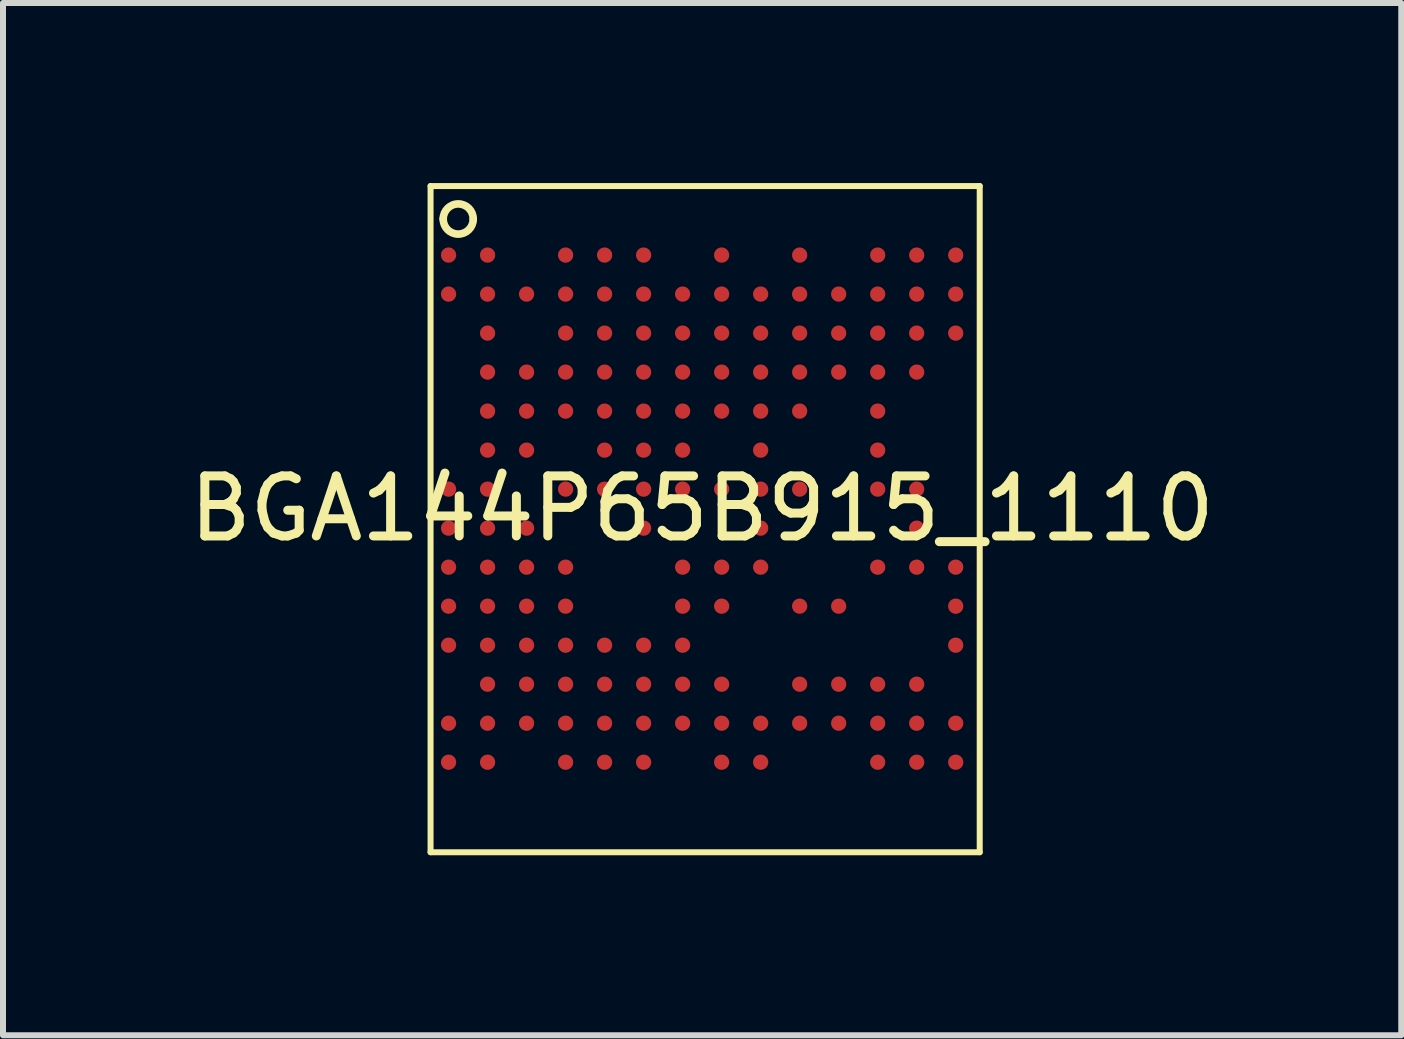
<source format=kicad_pcb>
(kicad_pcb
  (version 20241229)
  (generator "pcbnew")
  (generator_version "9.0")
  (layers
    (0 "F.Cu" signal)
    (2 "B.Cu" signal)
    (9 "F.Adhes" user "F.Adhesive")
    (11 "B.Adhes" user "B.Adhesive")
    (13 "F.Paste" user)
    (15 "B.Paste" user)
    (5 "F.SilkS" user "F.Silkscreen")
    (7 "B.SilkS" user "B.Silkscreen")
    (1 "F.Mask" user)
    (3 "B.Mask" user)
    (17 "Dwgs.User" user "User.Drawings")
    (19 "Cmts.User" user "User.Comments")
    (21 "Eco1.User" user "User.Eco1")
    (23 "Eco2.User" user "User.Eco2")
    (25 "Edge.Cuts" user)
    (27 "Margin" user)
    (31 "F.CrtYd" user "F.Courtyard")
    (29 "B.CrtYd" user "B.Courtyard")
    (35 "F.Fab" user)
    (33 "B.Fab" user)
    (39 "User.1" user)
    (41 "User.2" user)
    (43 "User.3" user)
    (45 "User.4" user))
  (footprint "BGA144P65B915_1110"
    (layer "F.Cu")
    (at 8.649 5.425)
    (property "Reference" "BGA144P65B915_1110" (at 0 0 0) (layer "F.SilkS") (effects (font (size 1 1) (thickness 0.15))))
    (fp_line (start -4.525 -5.375) (end -4.525 5.725) (stroke (width 0.1) (type default)) (layer "F.SilkS"))
    (fp_line (start -4.525 5.725) (end 4.625 5.725) (stroke (width 0.1) (type default)) (layer "F.SilkS"))
    (fp_line (start 4.625 -5.375) (end -4.525 -5.375) (stroke (width 0.1) (type default)) (layer "F.SilkS"))
    (fp_line (start 4.625 5.725) (end 4.625 -5.375) (stroke (width 0.1) (type default)) (layer "F.SilkS"))
    (fp_arc (start -4.314 -4.828) (mid -4.06325 -5.076007) (end -3.814 -4.8265) (stroke (width 0.127) (type default)) (layer "F.SilkS"))
    (fp_arc (start -3.814 -4.821) (mid -4.0675 -4.575975) (end -4.314 -4.828) (stroke (width 0.127) (type default)) (layer "F.SilkS"))
    (fp_line (start -4.525 -5.375) (end 4.625 -5.375) (stroke (width 0.025) (type default)) (layer "Eco2.User"))
    (fp_line (start -4.525 5.725) (end -4.525 -5.375) (stroke (width 0.025) (type default)) (layer "Eco2.User"))
    (fp_line (start 4.625 -5.375) (end 4.625 5.725) (stroke (width 0.025) (type default)) (layer "Eco2.User"))
    (fp_line (start 4.625 5.725) (end -4.525 5.725) (stroke (width 0.025) (type default)) (layer "Eco2.User"))
    (pad "A1" smd circle (at -4.225 -4.225) (size 0.254 0.254) (layers "F.Cu" "F.Mask" "F.Paste"))
    (pad "A2" smd circle (at -3.575 -4.225) (size 0.254 0.254) (layers "F.Cu" "F.Mask" "F.Paste"))
    (pad "A4" smd circle (at -2.275 -4.225) (size 0.254 0.254) (layers "F.Cu" "F.Mask" "F.Paste"))
    (pad "A5" smd circle (at -1.625 -4.225) (size 0.254 0.254) (layers "F.Cu" "F.Mask" "F.Paste"))
    (pad "A6" smd circle (at -0.975 -4.225) (size 0.254 0.254) (layers "F.Cu" "F.Mask" "F.Paste"))
    (pad "A8" smd circle (at 0.325 -4.225) (size 0.254 0.254) (layers "F.Cu" "F.Mask" "F.Paste"))
    (pad "A10" smd circle (at 1.625 -4.225) (size 0.254 0.254) (layers "F.Cu" "F.Mask" "F.Paste"))
    (pad "A12" smd circle (at 2.925 -4.225) (size 0.254 0.254) (layers "F.Cu" "F.Mask" "F.Paste"))
    (pad "A13" smd circle (at 3.575 -4.225) (size 0.254 0.254) (layers "F.Cu" "F.Mask" "F.Paste"))
    (pad "A14" smd circle (at 4.225 -4.225) (size 0.254 0.254) (layers "F.Cu" "F.Mask" "F.Paste"))
    (pad "B1" smd circle (at -4.225 -3.575) (size 0.254 0.254) (layers "F.Cu" "F.Mask" "F.Paste"))
    (pad "B2" smd circle (at -3.575 -3.575) (size 0.254 0.254) (layers "F.Cu" "F.Mask" "F.Paste"))
    (pad "B3" smd circle (at -2.925 -3.575) (size 0.254 0.254) (layers "F.Cu" "F.Mask" "F.Paste"))
    (pad "B4" smd circle (at -2.275 -3.575) (size 0.254 0.254) (layers "F.Cu" "F.Mask" "F.Paste"))
    (pad "B5" smd circle (at -1.625 -3.575) (size 0.254 0.254) (layers "F.Cu" "F.Mask" "F.Paste"))
    (pad "B6" smd circle (at -0.975 -3.575) (size 0.254 0.254) (layers "F.Cu" "F.Mask" "F.Paste"))
    (pad "B7" smd circle (at -0.325 -3.575) (size 0.254 0.254) (layers "F.Cu" "F.Mask" "F.Paste"))
    (pad "B8" smd circle (at 0.325 -3.575) (size 0.254 0.254) (layers "F.Cu" "F.Mask" "F.Paste"))
    (pad "B9" smd circle (at 0.975 -3.575) (size 0.254 0.254) (layers "F.Cu" "F.Mask" "F.Paste"))
    (pad "B10" smd circle (at 1.625 -3.575) (size 0.254 0.254) (layers "F.Cu" "F.Mask" "F.Paste"))
    (pad "B11" smd circle (at 2.275 -3.575) (size 0.254 0.254) (layers "F.Cu" "F.Mask" "F.Paste"))
    (pad "B12" smd circle (at 2.925 -3.575) (size 0.254 0.254) (layers "F.Cu" "F.Mask" "F.Paste"))
    (pad "B13" smd circle (at 3.575 -3.575) (size 0.254 0.254) (layers "F.Cu" "F.Mask" "F.Paste"))
    (pad "B14" smd circle (at 4.225 -3.575) (size 0.254 0.254) (layers "F.Cu" "F.Mask" "F.Paste"))
    (pad "C2" smd circle (at -3.575 -2.925) (size 0.254 0.254) (layers "F.Cu" "F.Mask" "F.Paste"))
    (pad "C4" smd circle (at -2.275 -2.925) (size 0.254 0.254) (layers "F.Cu" "F.Mask" "F.Paste"))
    (pad "C5" smd circle (at -1.625 -2.925) (size 0.254 0.254) (layers "F.Cu" "F.Mask" "F.Paste"))
    (pad "C6" smd circle (at -0.975 -2.925) (size 0.254 0.254) (layers "F.Cu" "F.Mask" "F.Paste"))
    (pad "C7" smd circle (at -0.325 -2.925) (size 0.254 0.254) (layers "F.Cu" "F.Mask" "F.Paste"))
    (pad "C8" smd circle (at 0.325 -2.925) (size 0.254 0.254) (layers "F.Cu" "F.Mask" "F.Paste"))
    (pad "C9" smd circle (at 0.975 -2.925) (size 0.254 0.254) (layers "F.Cu" "F.Mask" "F.Paste"))
    (pad "C10" smd circle (at 1.625 -2.925) (size 0.254 0.254) (layers "F.Cu" "F.Mask" "F.Paste"))
    (pad "C11" smd circle (at 2.275 -2.925) (size 0.254 0.254) (layers "F.Cu" "F.Mask" "F.Paste"))
    (pad "C12" smd circle (at 2.925 -2.925) (size 0.254 0.254) (layers "F.Cu" "F.Mask" "F.Paste"))
    (pad "C13" smd circle (at 3.575 -2.925) (size 0.254 0.254) (layers "F.Cu" "F.Mask" "F.Paste"))
    (pad "C14" smd circle (at 4.225 -2.925) (size 0.254 0.254) (layers "F.Cu" "F.Mask" "F.Paste"))
    (pad "D2" smd circle (at -3.575 -2.275) (size 0.254 0.254) (layers "F.Cu" "F.Mask" "F.Paste"))
    (pad "D3" smd circle (at -2.925 -2.275) (size 0.254 0.254) (layers "F.Cu" "F.Mask" "F.Paste"))
    (pad "D4" smd circle (at -2.275 -2.275) (size 0.254 0.254) (layers "F.Cu" "F.Mask" "F.Paste"))
    (pad "D5" smd circle (at -1.625 -2.275) (size 0.254 0.254) (layers "F.Cu" "F.Mask" "F.Paste"))
    (pad "D6" smd circle (at -0.975 -2.275) (size 0.254 0.254) (layers "F.Cu" "F.Mask" "F.Paste"))
    (pad "D7" smd circle (at -0.325 -2.275) (size 0.254 0.254) (layers "F.Cu" "F.Mask" "F.Paste"))
    (pad "D8" smd circle (at 0.325 -2.275) (size 0.254 0.254) (layers "F.Cu" "F.Mask" "F.Paste"))
    (pad "D9" smd circle (at 0.975 -2.275) (size 0.254 0.254) (layers "F.Cu" "F.Mask" "F.Paste"))
    (pad "D10" smd circle (at 1.625 -2.275) (size 0.254 0.254) (layers "F.Cu" "F.Mask" "F.Paste"))
    (pad "D11" smd circle (at 2.275 -2.275) (size 0.254 0.254) (layers "F.Cu" "F.Mask" "F.Paste"))
    (pad "D12" smd circle (at 2.925 -2.275) (size 0.254 0.254) (layers "F.Cu" "F.Mask" "F.Paste"))
    (pad "D13" smd circle (at 3.575 -2.275) (size 0.254 0.254) (layers "F.Cu" "F.Mask" "F.Paste"))
    (pad "E2" smd circle (at -3.575 -1.625) (size 0.254 0.254) (layers "F.Cu" "F.Mask" "F.Paste"))
    (pad "E3" smd circle (at -2.925 -1.625) (size 0.254 0.254) (layers "F.Cu" "F.Mask" "F.Paste"))
    (pad "E4" smd circle (at -2.275 -1.625) (size 0.254 0.254) (layers "F.Cu" "F.Mask" "F.Paste"))
    (pad "E5" smd circle (at -1.625 -1.625) (size 0.254 0.254) (layers "F.Cu" "F.Mask" "F.Paste"))
    (pad "E6" smd circle (at -0.975 -1.625) (size 0.254 0.254) (layers "F.Cu" "F.Mask" "F.Paste"))
    (pad "E7" smd circle (at -0.325 -1.625) (size 0.254 0.254) (layers "F.Cu" "F.Mask" "F.Paste"))
    (pad "E8" smd circle (at 0.325 -1.625) (size 0.254 0.254) (layers "F.Cu" "F.Mask" "F.Paste"))
    (pad "E9" smd circle (at 0.975 -1.625) (size 0.254 0.254) (layers "F.Cu" "F.Mask" "F.Paste"))
    (pad "E10" smd circle (at 1.625 -1.625) (size 0.254 0.254) (layers "F.Cu" "F.Mask" "F.Paste"))
    (pad "E12" smd circle (at 2.925 -1.625) (size 0.254 0.254) (layers "F.Cu" "F.Mask" "F.Paste"))
    (pad "F2" smd circle (at -3.575 -0.975) (size 0.254 0.254) (layers "F.Cu" "F.Mask" "F.Paste"))
    (pad "F3" smd circle (at -2.925 -0.975) (size 0.254 0.254) (layers "F.Cu" "F.Mask" "F.Paste"))
    (pad "F5" smd circle (at -1.625 -0.975) (size 0.254 0.254) (layers "F.Cu" "F.Mask" "F.Paste"))
    (pad "F6" smd circle (at -0.975 -0.975) (size 0.254 0.254) (layers "F.Cu" "F.Mask" "F.Paste"))
    (pad "F7" smd circle (at -0.325 -0.975) (size 0.254 0.254) (layers "F.Cu" "F.Mask" "F.Paste"))
    (pad "F9" smd circle (at 0.975 -0.975) (size 0.254 0.254) (layers "F.Cu" "F.Mask" "F.Paste"))
    (pad "F12" smd circle (at 2.925 -0.975) (size 0.254 0.254) (layers "F.Cu" "F.Mask" "F.Paste"))
    (pad "G1" smd circle (at -4.225 -0.325) (size 0.254 0.254) (layers "F.Cu" "F.Mask" "F.Paste"))
    (pad "G2" smd circle (at -3.575 -0.325) (size 0.254 0.254) (layers "F.Cu" "F.Mask" "F.Paste"))
    (pad "G4" smd circle (at -2.275 -0.325) (size 0.254 0.254) (layers "F.Cu" "F.Mask" "F.Paste"))
    (pad "G5" smd circle (at -1.625 -0.325) (size 0.254 0.254) (layers "F.Cu" "F.Mask" "F.Paste"))
    (pad "G6" smd circle (at -0.975 -0.325) (size 0.254 0.254) (layers "F.Cu" "F.Mask" "F.Paste"))
    (pad "G7" smd circle (at -0.325 -0.325) (size 0.254 0.254) (layers "F.Cu" "F.Mask" "F.Paste"))
    (pad "G8" smd circle (at 0.325 -0.325) (size 0.254 0.254) (layers "F.Cu" "F.Mask" "F.Paste"))
    (pad "G9" smd circle (at 0.975 -0.325) (size 0.254 0.254) (layers "F.Cu" "F.Mask" "F.Paste"))
    (pad "G10" smd circle (at 1.625 -0.325) (size 0.254 0.254) (layers "F.Cu" "F.Mask" "F.Paste"))
    (pad "G12" smd circle (at 2.925 -0.325) (size 0.254 0.254) (layers "F.Cu" "F.Mask" "F.Paste"))
    (pad "G13" smd circle (at 3.575 -0.325) (size 0.254 0.254) (layers "F.Cu" "F.Mask" "F.Paste"))
    (pad "H1" smd circle (at -4.225 0.325) (size 0.254 0.254) (layers "F.Cu" "F.Mask" "F.Paste"))
    (pad "H2" smd circle (at -3.575 0.325) (size 0.254 0.254) (layers "F.Cu" "F.Mask" "F.Paste"))
    (pad "H3" smd circle (at -2.925 0.325) (size 0.254 0.254) (layers "F.Cu" "F.Mask" "F.Paste"))
    (pad "H6" smd circle (at -0.975 0.325) (size 0.254 0.254) (layers "F.Cu" "F.Mask" "F.Paste"))
    (pad "H9" smd circle (at 0.975 0.325) (size 0.254 0.254) (layers "F.Cu" "F.Mask" "F.Paste"))
    (pad "H13" smd circle (at 3.575 0.325) (size 0.254 0.254) (layers "F.Cu" "F.Mask" "F.Paste"))
    (pad "J1" smd circle (at -4.225 0.975) (size 0.254 0.254) (layers "F.Cu" "F.Mask" "F.Paste"))
    (pad "J2" smd circle (at -3.575 0.975) (size 0.254 0.254) (layers "F.Cu" "F.Mask" "F.Paste"))
    (pad "J3" smd circle (at -2.925 0.975) (size 0.254 0.254) (layers "F.Cu" "F.Mask" "F.Paste"))
    (pad "J4" smd circle (at -2.275 0.975) (size 0.254 0.254) (layers "F.Cu" "F.Mask" "F.Paste"))
    (pad "J7" smd circle (at -0.325 0.975) (size 0.254 0.254) (layers "F.Cu" "F.Mask" "F.Paste"))
    (pad "J8" smd circle (at 0.325 0.975) (size 0.254 0.254) (layers "F.Cu" "F.Mask" "F.Paste"))
    (pad "J9" smd circle (at 0.975 0.975) (size 0.254 0.254) (layers "F.Cu" "F.Mask" "F.Paste"))
    (pad "J12" smd circle (at 2.925 0.975) (size 0.254 0.254) (layers "F.Cu" "F.Mask" "F.Paste"))
    (pad "J13" smd circle (at 3.575 0.975) (size 0.254 0.254) (layers "F.Cu" "F.Mask" "F.Paste"))
    (pad "J14" smd circle (at 4.225 0.975) (size 0.254 0.254) (layers "F.Cu" "F.Mask" "F.Paste"))
    (pad "K1" smd circle (at -4.225 1.625) (size 0.254 0.254) (layers "F.Cu" "F.Mask" "F.Paste"))
    (pad "K2" smd circle (at -3.575 1.625) (size 0.254 0.254) (layers "F.Cu" "F.Mask" "F.Paste"))
    (pad "K3" smd circle (at -2.925 1.625) (size 0.254 0.254) (layers "F.Cu" "F.Mask" "F.Paste"))
    (pad "K4" smd circle (at -2.275 1.625) (size 0.254 0.254) (layers "F.Cu" "F.Mask" "F.Paste"))
    (pad "K7" smd circle (at -0.325 1.625) (size 0.254 0.254) (layers "F.Cu" "F.Mask" "F.Paste"))
    (pad "K8" smd circle (at 0.325 1.625) (size 0.254 0.254) (layers "F.Cu" "F.Mask" "F.Paste"))
    (pad "K10" smd circle (at 1.625 1.625) (size 0.254 0.254) (layers "F.Cu" "F.Mask" "F.Paste"))
    (pad "K11" smd circle (at 2.275 1.625) (size 0.254 0.254) (layers "F.Cu" "F.Mask" "F.Paste"))
    (pad "K14" smd circle (at 4.225 1.625) (size 0.254 0.254) (layers "F.Cu" "F.Mask" "F.Paste"))
    (pad "L1" smd circle (at -4.225 2.275) (size 0.254 0.254) (layers "F.Cu" "F.Mask" "F.Paste"))
    (pad "L2" smd circle (at -3.575 2.275) (size 0.254 0.254) (layers "F.Cu" "F.Mask" "F.Paste"))
    (pad "L3" smd circle (at -2.925 2.275) (size 0.254 0.254) (layers "F.Cu" "F.Mask" "F.Paste"))
    (pad "L4" smd circle (at -2.275 2.275) (size 0.254 0.254) (layers "F.Cu" "F.Mask" "F.Paste"))
    (pad "L5" smd circle (at -1.625 2.275) (size 0.254 0.254) (layers "F.Cu" "F.Mask" "F.Paste"))
    (pad "L6" smd circle (at -0.975 2.275) (size 0.254 0.254) (layers "F.Cu" "F.Mask" "F.Paste"))
    (pad "L7" smd circle (at -0.325 2.275) (size 0.254 0.254) (layers "F.Cu" "F.Mask" "F.Paste"))
    (pad "L14" smd circle (at 4.225 2.275) (size 0.254 0.254) (layers "F.Cu" "F.Mask" "F.Paste"))
    (pad "M2" smd circle (at -3.575 2.925) (size 0.254 0.254) (layers "F.Cu" "F.Mask" "F.Paste"))
    (pad "M3" smd circle (at -2.925 2.925) (size 0.254 0.254) (layers "F.Cu" "F.Mask" "F.Paste"))
    (pad "M4" smd circle (at -2.275 2.925) (size 0.254 0.254) (layers "F.Cu" "F.Mask" "F.Paste"))
    (pad "M5" smd circle (at -1.625 2.925) (size 0.254 0.254) (layers "F.Cu" "F.Mask" "F.Paste"))
    (pad "M6" smd circle (at -0.975 2.925) (size 0.254 0.254) (layers "F.Cu" "F.Mask" "F.Paste"))
    (pad "M7" smd circle (at -0.325 2.925) (size 0.254 0.254) (layers "F.Cu" "F.Mask" "F.Paste"))
    (pad "M8" smd circle (at 0.325 2.925) (size 0.254 0.254) (layers "F.Cu" "F.Mask" "F.Paste"))
    (pad "M10" smd circle (at 1.625 2.925) (size 0.254 0.254) (layers "F.Cu" "F.Mask" "F.Paste"))
    (pad "M11" smd circle (at 2.275 2.925) (size 0.254 0.254) (layers "F.Cu" "F.Mask" "F.Paste"))
    (pad "M12" smd circle (at 2.925 2.925) (size 0.254 0.254) (layers "F.Cu" "F.Mask" "F.Paste"))
    (pad "M13" smd circle (at 3.575 2.925) (size 0.254 0.254) (layers "F.Cu" "F.Mask" "F.Paste"))
    (pad "N1" smd circle (at -4.225 3.575) (size 0.254 0.254) (layers "F.Cu" "F.Mask" "F.Paste"))
    (pad "N2" smd circle (at -3.575 3.575) (size 0.254 0.254) (layers "F.Cu" "F.Mask" "F.Paste"))
    (pad "N3" smd circle (at -2.925 3.575) (size 0.254 0.254) (layers "F.Cu" "F.Mask" "F.Paste"))
    (pad "N4" smd circle (at -2.275 3.575) (size 0.254 0.254) (layers "F.Cu" "F.Mask" "F.Paste"))
    (pad "N5" smd circle (at -1.625 3.575) (size 0.254 0.254) (layers "F.Cu" "F.Mask" "F.Paste"))
    (pad "N6" smd circle (at -0.975 3.575) (size 0.254 0.254) (layers "F.Cu" "F.Mask" "F.Paste"))
    (pad "N7" smd circle (at -0.325 3.575) (size 0.254 0.254) (layers "F.Cu" "F.Mask" "F.Paste"))
    (pad "N8" smd circle (at 0.325 3.575) (size 0.254 0.254) (layers "F.Cu" "F.Mask" "F.Paste"))
    (pad "N9" smd circle (at 0.975 3.575) (size 0.254 0.254) (layers "F.Cu" "F.Mask" "F.Paste"))
    (pad "N10" smd circle (at 1.625 3.575) (size 0.254 0.254) (layers "F.Cu" "F.Mask" "F.Paste"))
    (pad "N11" smd circle (at 2.275 3.575) (size 0.254 0.254) (layers "F.Cu" "F.Mask" "F.Paste"))
    (pad "N12" smd circle (at 2.925 3.575) (size 0.254 0.254) (layers "F.Cu" "F.Mask" "F.Paste"))
    (pad "N13" smd circle (at 3.575 3.575) (size 0.254 0.254) (layers "F.Cu" "F.Mask" "F.Paste"))
    (pad "N14" smd circle (at 4.225 3.575) (size 0.254 0.254) (layers "F.Cu" "F.Mask" "F.Paste"))
    (pad "P1" smd circle (at -4.225 4.225) (size 0.254 0.254) (layers "F.Cu" "F.Mask" "F.Paste"))
    (pad "P2" smd circle (at -3.575 4.225) (size 0.254 0.254) (layers "F.Cu" "F.Mask" "F.Paste"))
    (pad "P4" smd circle (at -2.275 4.225) (size 0.254 0.254) (layers "F.Cu" "F.Mask" "F.Paste"))
    (pad "P5" smd circle (at -1.625 4.225) (size 0.254 0.254) (layers "F.Cu" "F.Mask" "F.Paste"))
    (pad "P6" smd circle (at -0.975 4.225) (size 0.254 0.254) (layers "F.Cu" "F.Mask" "F.Paste"))
    (pad "P8" smd circle (at 0.325 4.225) (size 0.254 0.254) (layers "F.Cu" "F.Mask" "F.Paste"))
    (pad "P9" smd circle (at 0.975 4.225) (size 0.254 0.254) (layers "F.Cu" "F.Mask" "F.Paste"))
    (pad "P12" smd circle (at 2.925 4.225) (size 0.254 0.254) (layers "F.Cu" "F.Mask" "F.Paste"))
    (pad "P13" smd circle (at 3.575 4.225) (size 0.254 0.254) (layers "F.Cu" "F.Mask" "F.Paste"))
    (pad "P14" smd circle (at 4.225 4.225) (size 0.254 0.254) (layers "F.Cu" "F.Mask" "F.Paste")))
  (gr_rect
    (start -3 -3)
    (end 20.298 14.2)
    (stroke (width 0.1) (type default))
    (fill no)
    (layer "Edge.Cuts")))
</source>
